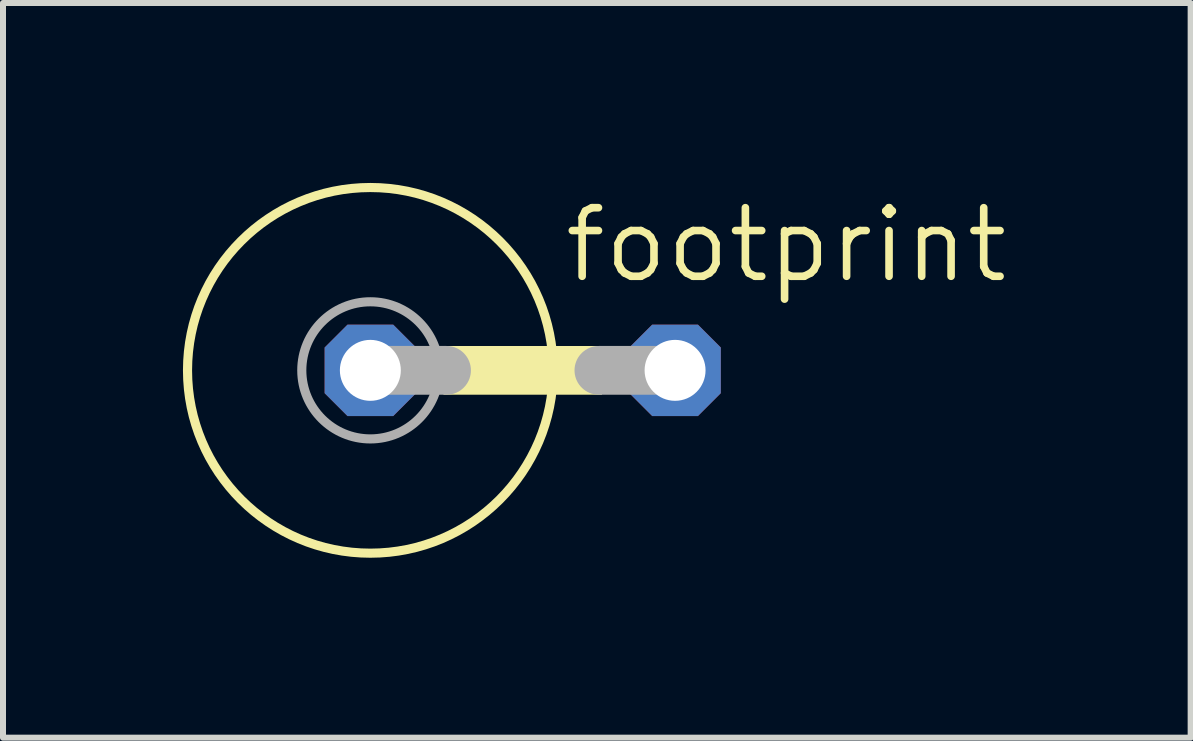
<source format=kicad_pcb>
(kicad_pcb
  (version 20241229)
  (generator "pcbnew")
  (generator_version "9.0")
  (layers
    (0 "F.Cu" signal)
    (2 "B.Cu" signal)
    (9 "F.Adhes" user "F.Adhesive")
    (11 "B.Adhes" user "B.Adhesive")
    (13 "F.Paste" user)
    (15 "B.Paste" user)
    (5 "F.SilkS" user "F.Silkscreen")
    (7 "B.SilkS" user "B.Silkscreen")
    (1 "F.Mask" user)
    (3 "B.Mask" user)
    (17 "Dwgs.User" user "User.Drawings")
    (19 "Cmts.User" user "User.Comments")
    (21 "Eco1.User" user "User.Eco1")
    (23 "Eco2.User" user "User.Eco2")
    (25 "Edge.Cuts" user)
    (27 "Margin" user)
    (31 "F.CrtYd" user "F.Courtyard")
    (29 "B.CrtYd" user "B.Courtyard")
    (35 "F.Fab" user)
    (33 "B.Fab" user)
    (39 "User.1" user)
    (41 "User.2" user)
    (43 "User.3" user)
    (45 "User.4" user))
  (footprint "footprint"
    (layer "F.Cu")
    (at 5.664 3.124)
    (property "Reference" "footprint" (at 0.635 -1.422 0) (layer "F.SilkS") (effects (font (size 1.143 1.143) (thickness 0.127)) (justify left bottom)))
    (fp_circle (center -2.54 0) (end 0.508 0) (stroke (width 0.152) (type solid)) (fill no) (layer "F.SilkS"))
    (fp_poly (pts (xy -1.321 0.406) (xy 1.321 0.406) (xy 1.321 -0.406) (xy -1.321 -0.406)) (stroke (width 0) (type solid)) (fill yes) (layer "F.SilkS"))
    (fp_line (start -2.54 0) (end -1.27 0) (stroke (width 0.813) (type solid)) (layer "F.Fab"))
    (fp_line (start 1.27 0) (end 2.54 0) (stroke (width 0.813) (type solid)) (layer "F.Fab"))
    (fp_circle (center -2.54 0) (end -1.397 0) (stroke (width 0.152) (type solid)) (fill no) (layer "F.Fab"))
    (pad "1" thru_hole roundrect (at -2.54 0) (size 1.524 1.524) (drill 1.016) (layers "*.Cu" "*.Mask") (roundrect_rratio 0.25) (chamfer_ratio 0.25) (chamfer top_left top_right bottom_left bottom_right))
    (pad "2" thru_hole roundrect (at 2.54 0) (size 1.524 1.524) (drill 1.016) (layers "*.Cu" "*.Mask") (roundrect_rratio 0.25) (chamfer_ratio 0.25) (chamfer top_left top_right bottom_left bottom_right)))
  (gr_rect
    (start -3 -3)
    (end 16.799 9.248)
    (stroke (width 0.1) (type default))
    (fill no)
    (layer "Edge.Cuts")))
</source>
